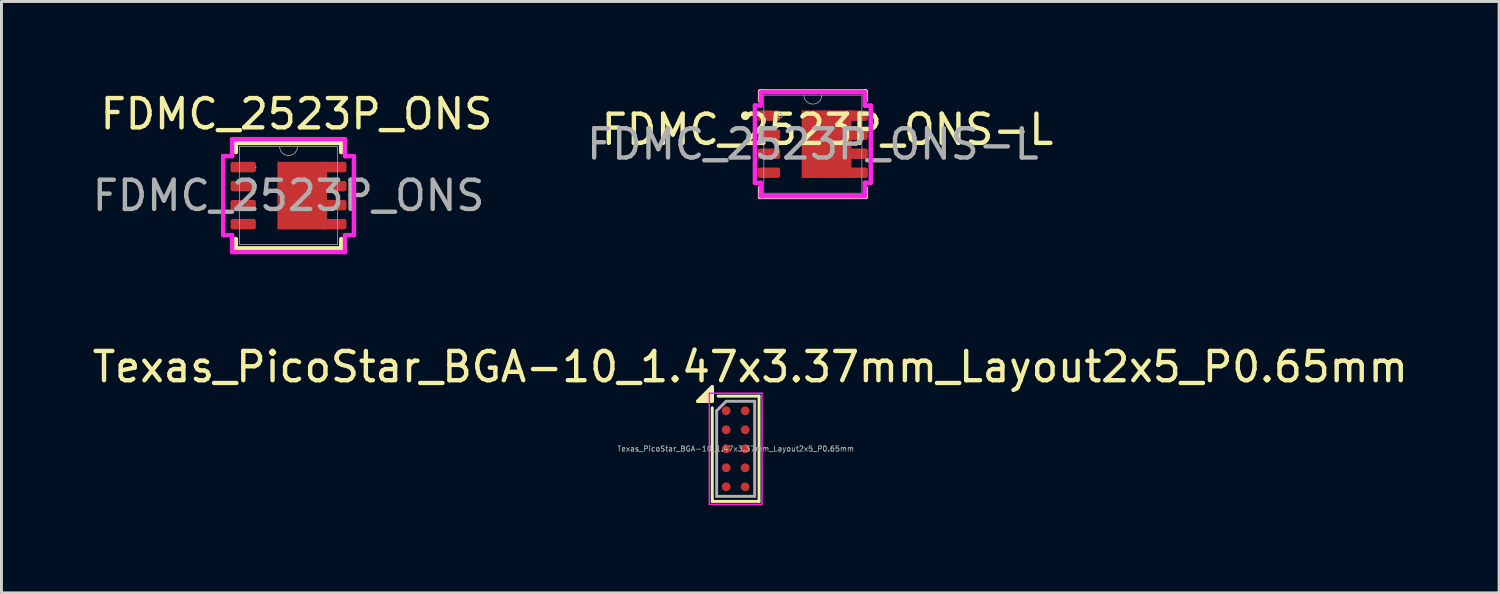
<source format=kicad_pcb>
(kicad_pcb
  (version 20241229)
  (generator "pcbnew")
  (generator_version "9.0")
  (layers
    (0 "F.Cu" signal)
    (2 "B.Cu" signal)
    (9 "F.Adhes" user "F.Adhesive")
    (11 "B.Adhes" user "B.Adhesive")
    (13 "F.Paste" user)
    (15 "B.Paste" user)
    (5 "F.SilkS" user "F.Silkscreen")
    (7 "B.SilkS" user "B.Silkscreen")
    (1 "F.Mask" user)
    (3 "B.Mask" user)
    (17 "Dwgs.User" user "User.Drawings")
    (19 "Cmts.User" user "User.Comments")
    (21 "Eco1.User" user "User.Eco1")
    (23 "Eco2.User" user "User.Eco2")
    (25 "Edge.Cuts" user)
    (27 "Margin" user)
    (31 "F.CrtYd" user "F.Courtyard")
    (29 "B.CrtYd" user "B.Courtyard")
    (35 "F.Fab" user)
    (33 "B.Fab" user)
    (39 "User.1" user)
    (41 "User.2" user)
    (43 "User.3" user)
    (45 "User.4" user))
  (footprint "Texas_PicoStar_BGA-10_1.47x3.37mm_Layout2x5_P0.65mm"
    (layer "F.Cu")
    (at 22.101 12.293)
    (property "Reference" "Texas_PicoStar_BGA-10_1.47x3.37mm_Layout2x5_P0.65mm" (at 0.5 -2.8 0) (layer "F.SilkS") (effects (font (size 1 1) (thickness 0.15))))
    (attr smd)
    (fp_line (start -0.8 1.8) (end -0.8 -1.4) (stroke (width 0.1) (type default)) (layer "F.SilkS"))
    (fp_line (start 0.8 -1.8) (end -0.6 -1.8) (stroke (width 0.1) (type default)) (layer "F.SilkS"))
    (fp_line (start 0.8 -1.8) (end 0.8 1.8) (stroke (width 0.1) (type default)) (layer "F.SilkS"))
    (fp_line (start 0.8 1.8) (end -0.8 1.8) (stroke (width 0.1) (type default)) (layer "F.SilkS"))
    (fp_poly (pts (xy -0.8 -1.625) (xy -1.3 -1.625) (xy -0.8 -2.125) (xy -0.8 -1.625)) (stroke (width 0.12) (type solid)) (fill yes) (layer "F.SilkS"))
    (fp_line (start -0.9 -1.9) (end 0.9 -1.9) (stroke (width 0.05) (type default)) (layer "F.CrtYd"))
    (fp_line (start -0.9 1.9) (end -0.9 -1.9) (stroke (width 0.05) (type default)) (layer "F.CrtYd"))
    (fp_line (start 0.9 -1.9) (end 0.9 1.9) (stroke (width 0.05) (type default)) (layer "F.CrtYd"))
    (fp_line (start 0.9 1.9) (end -0.9 1.9) (stroke (width 0.05) (type default)) (layer "F.CrtYd"))
    (fp_line (start -0.65 -1.3) (end -0.325 -1.625) (stroke (width 0.1) (type default)) (layer "F.Fab"))
    (fp_line (start -0.65 1.625) (end -0.65 -1.3) (stroke (width 0.1) (type solid)) (layer "F.Fab"))
    (fp_line (start -0.325 -1.625) (end 0.65 -1.625) (stroke (width 0.1) (type solid)) (layer "F.Fab"))
    (fp_line (start 0.65 -1.625) (end 0.65 1.625) (stroke (width 0.1) (type solid)) (layer "F.Fab"))
    (fp_line (start 0.65 1.625) (end -0.65 1.625) (stroke (width 0.1) (type solid)) (layer "F.Fab"))
    (fp_text user "${REFERENCE}" (at 0 0 0) (layer "F.Fab") (effects (font (size 0.18 0.18) (thickness 0.027))))
    (pad "" smd roundrect (at -0.325 -1.3) (size 0.3 0.3) (property pad_prop_bga) (layers "F.Paste") (roundrect_rratio 0.167))
    (pad "" smd roundrect (at -0.325 -0.65) (size 0.3 0.3) (property pad_prop_bga) (layers "F.Paste") (roundrect_rratio 0.167))
    (pad "" smd roundrect (at -0.325 0) (size 0.3 0.3) (property pad_prop_bga) (layers "F.Paste") (roundrect_rratio 0.167))
    (pad "" smd roundrect (at -0.325 0.65) (size 0.3 0.3) (property pad_prop_bga) (layers "F.Paste") (roundrect_rratio 0.167))
    (pad "" smd roundrect (at -0.325 1.3) (size 0.3 0.3) (property pad_prop_bga) (layers "F.Paste") (roundrect_rratio 0.167))
    (pad "" smd roundrect (at 0.325 -1.3) (size 0.3 0.3) (property pad_prop_bga) (layers "F.Paste") (roundrect_rratio 0.167))
    (pad "" smd roundrect (at 0.325 -0.65) (size 0.3 0.3) (property pad_prop_bga) (layers "F.Paste") (roundrect_rratio 0.167))
    (pad "" smd roundrect (at 0.325 0) (size 0.3 0.3) (property pad_prop_bga) (layers "F.Paste") (roundrect_rratio 0.167))
    (pad "" smd roundrect (at 0.325 0.65) (size 0.3 0.3) (property pad_prop_bga) (layers "F.Paste") (roundrect_rratio 0.167))
    (pad "" smd roundrect (at 0.325 1.3) (size 0.3 0.3) (property pad_prop_bga) (layers "F.Paste") (roundrect_rratio 0.167))
    (pad "G1" smd circle (at -0.325 0) (size 0.3 0.3) (property pad_prop_bga) (layers "F.Cu" "F.Mask"))
    (pad "G2" smd circle (at 0.325 0) (size 0.3 0.3) (property pad_prop_bga) (layers "F.Cu" "F.Mask"))
    (pad "S1" smd circle (at -0.325 -1.3) (size 0.3 0.3) (property pad_prop_bga) (layers "F.Cu" "F.Mask"))
    (pad "S1" smd circle (at -0.325 -0.65) (size 0.3 0.3) (property pad_prop_bga) (layers "F.Cu" "F.Mask"))
    (pad "S1" smd circle (at -0.325 0.65) (size 0.3 0.3) (property pad_prop_bga) (layers "F.Cu" "F.Mask"))
    (pad "S1" smd circle (at -0.325 1.3) (size 0.3 0.3) (property pad_prop_bga) (layers "F.Cu" "F.Mask"))
    (pad "S2" smd circle (at 0.325 -1.3) (size 0.3 0.3) (property pad_prop_bga) (layers "F.Cu" "F.Mask"))
    (pad "S2" smd circle (at 0.325 -0.65) (size 0.3 0.3) (property pad_prop_bga) (layers "F.Cu" "F.Mask"))
    (pad "S2" smd circle (at 0.325 0.65) (size 0.3 0.3) (property pad_prop_bga) (layers "F.Cu" "F.Mask"))
    (pad "S2" smd circle (at 0.325 1.3) (size 0.3 0.3) (property pad_prop_bga) (layers "F.Cu" "F.Mask")))
  (footprint "FDMC_2523P_ONS"
    (layer "F.Cu")
    (at 6.815 3.638)
    (property "Reference" "FDMC_2523P_ONS" (at 0.27 -2.79 0) (unlocked yes) (layer "F.SilkS") (effects (font (size 1 1) (thickness 0.15))))
    (attr smd)
    (fp_poly (pts (xy 1.321 -1.156) (xy -0.381 -1.156) (xy -0.381 1.156) (xy 1.321 1.156)) (stroke (width 0) (type solid)) (fill yes) (layer "F.Cu"))
    (fp_poly (pts (xy 1.321 -1.156) (xy -0.381 -1.156) (xy -0.381 1.156) (xy 1.321 1.156)) (stroke (width 0) (type solid)) (fill yes) (layer "F.Mask"))
    (fp_line (start -1.803 -1.803) (end -1.803 -1.486) (stroke (width 0.152) (type solid)) (layer "F.SilkS"))
    (fp_line (start -1.803 1.486) (end -1.803 1.803) (stroke (width 0.152) (type solid)) (layer "F.SilkS"))
    (fp_line (start -1.803 1.803) (end 1.803 1.803) (stroke (width 0.152) (type solid)) (layer "F.SilkS"))
    (fp_line (start 1.803 -1.803) (end -1.803 -1.803) (stroke (width 0.152) (type solid)) (layer "F.SilkS"))
    (fp_line (start 1.803 -1.486) (end 1.803 -1.803) (stroke (width 0.152) (type solid)) (layer "F.SilkS"))
    (fp_line (start 1.803 1.803) (end 1.803 1.486) (stroke (width 0.152) (type solid)) (layer "F.SilkS"))
    (fp_poly (pts (xy 1.321 -1.156) (xy -0.381 -1.156) (xy -0.381 1.156) (xy 1.321 1.156)) (stroke (width 0) (type solid)) (fill yes) (layer "F.Paste"))
    (fp_line (start -2.235 -1.351) (end -1.93 -1.351) (stroke (width 0.152) (type solid)) (layer "F.CrtYd"))
    (fp_line (start -2.235 1.351) (end -2.235 -1.351) (stroke (width 0.152) (type solid)) (layer "F.CrtYd"))
    (fp_line (start -2.235 1.351) (end -1.93 1.351) (stroke (width 0.152) (type solid)) (layer "F.CrtYd"))
    (fp_line (start -1.93 -1.93) (end 1.93 -1.93) (stroke (width 0.152) (type solid)) (layer "F.CrtYd"))
    (fp_line (start -1.93 -1.351) (end -1.93 -1.93) (stroke (width 0.152) (type solid)) (layer "F.CrtYd"))
    (fp_line (start -1.93 1.93) (end -1.93 1.351) (stroke (width 0.152) (type solid)) (layer "F.CrtYd"))
    (fp_line (start 1.93 -1.93) (end 1.93 -1.351) (stroke (width 0.152) (type solid)) (layer "F.CrtYd"))
    (fp_line (start 1.93 1.351) (end 1.93 1.93) (stroke (width 0.152) (type solid)) (layer "F.CrtYd"))
    (fp_line (start 1.93 1.93) (end -1.93 1.93) (stroke (width 0.152) (type solid)) (layer "F.CrtYd"))
    (fp_line (start 2.235 -1.351) (end 1.93 -1.351) (stroke (width 0.152) (type solid)) (layer "F.CrtYd"))
    (fp_line (start 2.235 -1.351) (end 2.235 1.351) (stroke (width 0.152) (type solid)) (layer "F.CrtYd"))
    (fp_line (start 2.235 1.351) (end 1.93 1.351) (stroke (width 0.152) (type solid)) (layer "F.CrtYd"))
    (fp_line (start -1.676 -1.676) (end -1.676 1.676) (stroke (width 0.025) (type solid)) (layer "F.Fab"))
    (fp_line (start -1.676 1.676) (end 1.676 1.676) (stroke (width 0.025) (type solid)) (layer "F.Fab"))
    (fp_line (start 1.676 -1.676) (end -1.676 -1.676) (stroke (width 0.025) (type solid)) (layer "F.Fab"))
    (fp_line (start 1.676 1.676) (end 1.676 -1.676) (stroke (width 0.025) (type solid)) (layer "F.Fab"))
    (fp_arc (start 0.3048 -1.6764) (mid 0 -1.3716) (end -0.3048 -1.6764) (stroke (width 0.0254) (type solid)) (layer "F.Fab"))
    (fp_circle (center -1.118 -0.975) (end -1.118 -0.975) (stroke (width 0.025) (type solid)) (fill no) (layer "F.Fab"))
    (fp_text user "${REFERENCE}" (at 0 0 0) (unlocked yes) (layer "F.Fab") (effects (font (size 1 1) (thickness 0.15))))
    (pad "1" smd roundrect (at -1.549 -0.975) (size 0.864 0.356) (layers "F.Cu" "F.Mask" "F.Paste") (roundrect_rratio 0.2))
    (pad "2" smd roundrect (at -1.549 -0.325) (size 0.864 0.356) (layers "F.Cu" "F.Mask" "F.Paste") (roundrect_rratio 0.2))
    (pad "3" smd roundrect (at -1.549 0.325) (size 0.864 0.356) (layers "F.Cu" "F.Mask" "F.Paste") (roundrect_rratio 0.2))
    (pad "4" smd roundrect (at -1.549 0.975) (size 0.864 0.356) (layers "F.Cu" "F.Mask" "F.Paste") (roundrect_rratio 0.2))
    (pad "5" smd roundrect (at 1.549 -0.975) (size 0.864 0.356) (layers "F.Cu" "F.Mask" "F.Paste") (roundrect_rratio 0.2))
    (pad "5" smd roundrect (at 1.549 -0.325) (size 0.864 0.356) (layers "F.Cu" "F.Mask" "F.Paste") (roundrect_rratio 0.2))
    (pad "5" smd roundrect (at 1.549 0.325) (size 0.864 0.356) (layers "F.Cu" "F.Mask" "F.Paste") (roundrect_rratio 0.2))
    (pad "5" smd roundrect (at 1.549 0.975) (size 0.864 0.356) (layers "F.Cu" "F.Mask" "F.Paste") (roundrect_rratio 0.2)))
  (footprint "FDMC_2523P_ONS-L"
    (layer "F.Cu")
    (at 24.74 1.88)
    (property "Reference" "FDMC_2523P_ONS-L" (at 0.5 -0.5 0) (unlocked yes) (layer "F.SilkS") (effects (font (size 1 1) (thickness 0.15))))
    (attr smd)
    (fp_poly (pts (xy 1.321 -1.156) (xy -0.381 -1.156) (xy -0.381 1.156) (xy 1.321 1.156)) (stroke (width 0) (type solid)) (fill yes) (layer "F.Cu"))
    (fp_poly (pts (xy 1.321 -1.156) (xy -0.381 -1.156) (xy -0.381 1.156) (xy 1.321 1.156)) (stroke (width 0) (type solid)) (fill yes) (layer "F.Mask"))
    (fp_line (start -1.803 -1.803) (end -1.803 -1.486) (stroke (width 0.152) (type solid)) (layer "F.SilkS"))
    (fp_line (start -1.803 1.486) (end -1.803 1.803) (stroke (width 0.152) (type solid)) (layer "F.SilkS"))
    (fp_line (start -1.803 1.803) (end 1.803 1.803) (stroke (width 0.152) (type solid)) (layer "F.SilkS"))
    (fp_line (start 1.803 -1.803) (end -1.803 -1.803) (stroke (width 0.152) (type solid)) (layer "F.SilkS"))
    (fp_line (start 1.803 -1.486) (end 1.803 -1.803) (stroke (width 0.152) (type solid)) (layer "F.SilkS"))
    (fp_line (start 1.803 1.803) (end 1.803 1.486) (stroke (width 0.152) (type solid)) (layer "F.SilkS"))
    (fp_circle (center -2.306 -0.975) (end -2.23 -0.975) (stroke (width 0.152) (type solid)) (fill no) (layer "F.SilkS"))
    (fp_poly (pts (xy 1.321 -1.156) (xy -0.381 -1.156) (xy -0.381 1.156) (xy 1.321 1.156)) (stroke (width 0) (type solid)) (fill yes) (layer "F.Paste"))
    (fp_line (start -1.981 -1.32) (end -1.778 -1.32) (stroke (width 0.152) (type solid)) (layer "F.CrtYd"))
    (fp_line (start -1.981 1.32) (end -1.981 -1.32) (stroke (width 0.152) (type solid)) (layer "F.CrtYd"))
    (fp_line (start -1.981 1.32) (end -1.778 1.32) (stroke (width 0.152) (type solid)) (layer "F.CrtYd"))
    (fp_line (start -1.778 -1.778) (end 1.778 -1.778) (stroke (width 0.152) (type solid)) (layer "F.CrtYd"))
    (fp_line (start -1.778 -1.32) (end -1.778 -1.778) (stroke (width 0.152) (type solid)) (layer "F.CrtYd"))
    (fp_line (start -1.778 1.778) (end -1.778 1.32) (stroke (width 0.152) (type solid)) (layer "F.CrtYd"))
    (fp_line (start 1.778 -1.778) (end 1.778 -1.32) (stroke (width 0.152) (type solid)) (layer "F.CrtYd"))
    (fp_line (start 1.778 1.32) (end 1.778 1.778) (stroke (width 0.152) (type solid)) (layer "F.CrtYd"))
    (fp_line (start 1.778 1.778) (end -1.778 1.778) (stroke (width 0.152) (type solid)) (layer "F.CrtYd"))
    (fp_line (start 1.981 -1.32) (end 1.778 -1.32) (stroke (width 0.152) (type solid)) (layer "F.CrtYd"))
    (fp_line (start 1.981 -1.32) (end 1.981 1.32) (stroke (width 0.152) (type solid)) (layer "F.CrtYd"))
    (fp_line (start 1.981 1.32) (end 1.778 1.32) (stroke (width 0.152) (type solid)) (layer "F.CrtYd"))
    (fp_line (start -1.676 -1.676) (end -1.676 1.676) (stroke (width 0.025) (type solid)) (layer "F.Fab"))
    (fp_line (start -1.676 1.676) (end 1.676 1.676) (stroke (width 0.025) (type solid)) (layer "F.Fab"))
    (fp_line (start 1.676 -1.676) (end -1.676 -1.676) (stroke (width 0.025) (type solid)) (layer "F.Fab"))
    (fp_line (start 1.676 1.676) (end 1.676 -1.676) (stroke (width 0.025) (type solid)) (layer "F.Fab"))
    (fp_arc (start 0.3048 -1.6764) (mid 0 -1.3716) (end -0.3048 -1.6764) (stroke (width 0.0254) (type solid)) (layer "F.Fab"))
    (fp_circle (center -1.118 -0.975) (end -1.041 -0.975) (stroke (width 0.025) (type solid)) (fill no) (layer "F.Fab"))
    (fp_text user "${REFERENCE}" (at 0 0 0) (unlocked yes) (layer "F.Fab") (effects (font (size 1 1) (thickness 0.15))))
    (pad "1" smd roundrect (at -1.499 -0.975) (size 0.762 0.356) (layers "F.Cu" "F.Mask" "F.Paste") (roundrect_rratio 0.2))
    (pad "2" smd roundrect (at -1.499 -0.325) (size 0.762 0.356) (layers "F.Cu" "F.Mask" "F.Paste") (roundrect_rratio 0.2))
    (pad "3" smd roundrect (at -1.499 0.325) (size 0.762 0.356) (layers "F.Cu" "F.Mask" "F.Paste") (roundrect_rratio 0.2))
    (pad "4" smd roundrect (at -1.499 0.975) (size 0.762 0.356) (layers "F.Cu" "F.Mask" "F.Paste") (roundrect_rratio 0.2))
    (pad "5" smd roundrect (at 1.499 -0.975) (size 0.762 0.356) (layers "F.Cu" "F.Mask" "F.Paste") (roundrect_rratio 0.2))
    (pad "5" smd roundrect (at 1.499 -0.325) (size 0.762 0.356) (layers "F.Cu" "F.Mask" "F.Paste") (roundrect_rratio 0.2))
    (pad "5" smd roundrect (at 1.499 0.325) (size 0.762 0.356) (layers "F.Cu" "F.Mask" "F.Paste") (roundrect_rratio 0.2))
    (pad "5" smd roundrect (at 1.499 0.975) (size 0.762 0.356) (layers "F.Cu" "F.Mask" "F.Paste") (roundrect_rratio 0.2)))
  (gr_rect
    (start -3 -3)
    (end 48.202 17.218)
    (stroke (width 0.1) (type default))
    (fill no)
    (layer "Edge.Cuts")))
</source>
